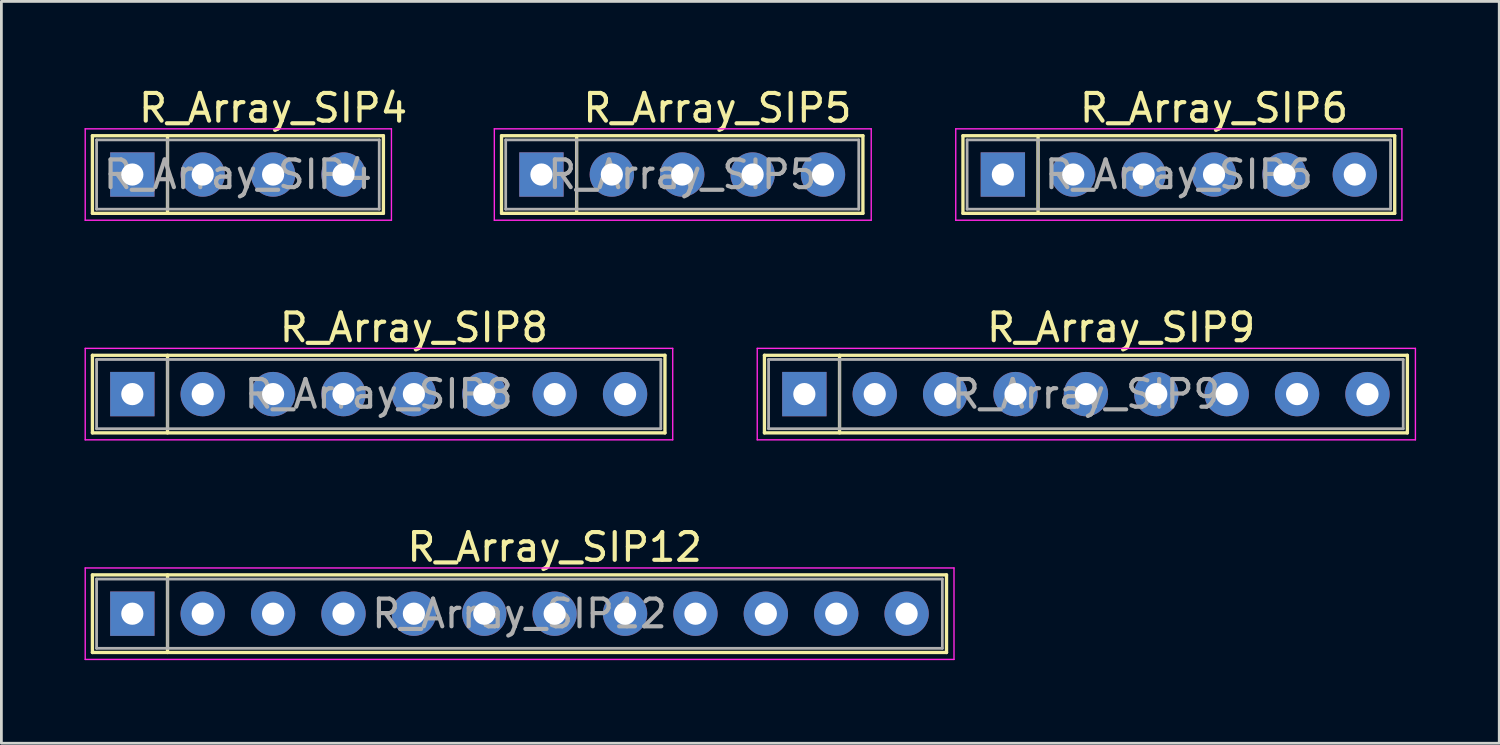
<source format=kicad_pcb>
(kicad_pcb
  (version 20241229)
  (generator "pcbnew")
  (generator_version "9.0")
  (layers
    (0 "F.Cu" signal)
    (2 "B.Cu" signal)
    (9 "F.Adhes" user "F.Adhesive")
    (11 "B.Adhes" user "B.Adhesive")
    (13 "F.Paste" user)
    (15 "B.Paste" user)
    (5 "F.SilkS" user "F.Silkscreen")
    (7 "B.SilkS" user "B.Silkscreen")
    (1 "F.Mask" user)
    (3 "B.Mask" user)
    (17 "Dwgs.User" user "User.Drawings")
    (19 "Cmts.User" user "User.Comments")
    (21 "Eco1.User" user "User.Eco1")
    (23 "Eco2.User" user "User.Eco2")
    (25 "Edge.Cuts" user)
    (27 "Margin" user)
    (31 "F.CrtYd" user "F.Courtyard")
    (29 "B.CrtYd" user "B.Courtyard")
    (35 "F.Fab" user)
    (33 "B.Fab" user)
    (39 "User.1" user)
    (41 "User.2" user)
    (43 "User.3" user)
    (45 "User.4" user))
  (footprint "R_Array_SIP5"
    (layer "F.Cu")
    (at 16.488 3.248)
    (property "Reference" "R_Array_SIP5" (at 6.35 -2.4 0) (layer "F.SilkS") (effects (font (size 1 1) (thickness 0.15))))
    (attr through_hole)
    (fp_line (start -1.44 -1.4) (end -1.44 1.4) (stroke (width 0.12) (type solid)) (layer "F.SilkS"))
    (fp_line (start -1.44 1.4) (end 11.6 1.4) (stroke (width 0.12) (type solid)) (layer "F.SilkS"))
    (fp_line (start 1.27 -1.4) (end 1.27 1.4) (stroke (width 0.12) (type solid)) (layer "F.SilkS"))
    (fp_line (start 11.6 -1.4) (end -1.44 -1.4) (stroke (width 0.12) (type solid)) (layer "F.SilkS"))
    (fp_line (start 11.6 1.4) (end 11.6 -1.4) (stroke (width 0.12) (type solid)) (layer "F.SilkS"))
    (fp_line (start -1.7 -1.65) (end -1.7 1.65) (stroke (width 0.05) (type solid)) (layer "F.CrtYd"))
    (fp_line (start -1.7 1.65) (end 11.9 1.65) (stroke (width 0.05) (type solid)) (layer "F.CrtYd"))
    (fp_line (start 11.9 -1.65) (end -1.7 -1.65) (stroke (width 0.05) (type solid)) (layer "F.CrtYd"))
    (fp_line (start 11.9 1.65) (end 11.9 -1.65) (stroke (width 0.05) (type solid)) (layer "F.CrtYd"))
    (fp_line (start -1.29 -1.25) (end -1.29 1.25) (stroke (width 0.1) (type solid)) (layer "F.Fab"))
    (fp_line (start -1.29 1.25) (end 11.45 1.25) (stroke (width 0.1) (type solid)) (layer "F.Fab"))
    (fp_line (start 1.27 -1.25) (end 1.27 1.25) (stroke (width 0.1) (type solid)) (layer "F.Fab"))
    (fp_line (start 11.45 -1.25) (end -1.29 -1.25) (stroke (width 0.1) (type solid)) (layer "F.Fab"))
    (fp_line (start 11.45 1.25) (end 11.45 -1.25) (stroke (width 0.1) (type solid)) (layer "F.Fab"))
    (fp_text user "${REFERENCE}" (at 5.08 0 0) (layer "F.Fab") (effects (font (size 1 1) (thickness 0.15))))
    (pad "1" thru_hole rect (at 0 0) (size 1.6 1.6) (drill 0.8) (layers "*.Cu" "*.Mask"))
    (pad "2" thru_hole oval (at 2.54 0) (size 1.6 1.6) (drill 0.8) (layers "*.Cu" "*.Mask"))
    (pad "3" thru_hole oval (at 5.08 0) (size 1.6 1.6) (drill 0.8) (layers "*.Cu" "*.Mask"))
    (pad "4" thru_hole oval (at 7.62 0) (size 1.6 1.6) (drill 0.8) (layers "*.Cu" "*.Mask"))
    (pad "5" thru_hole oval (at 10.16 0) (size 1.6 1.6) (drill 0.8) (layers "*.Cu" "*.Mask")))
  (footprint "R_Array_SIP4"
    (layer "F.Cu")
    (at 1.725 3.248)
    (property "Reference" "R_Array_SIP4" (at 5.08 -2.4 0) (layer "F.SilkS") (effects (font (size 1 1) (thickness 0.15))))
    (attr through_hole)
    (fp_line (start -1.44 -1.4) (end -1.44 1.4) (stroke (width 0.12) (type solid)) (layer "F.SilkS"))
    (fp_line (start -1.44 1.4) (end 9.06 1.4) (stroke (width 0.12) (type solid)) (layer "F.SilkS"))
    (fp_line (start 1.27 -1.4) (end 1.27 1.4) (stroke (width 0.12) (type solid)) (layer "F.SilkS"))
    (fp_line (start 9.06 -1.4) (end -1.44 -1.4) (stroke (width 0.12) (type solid)) (layer "F.SilkS"))
    (fp_line (start 9.06 1.4) (end 9.06 -1.4) (stroke (width 0.12) (type solid)) (layer "F.SilkS"))
    (fp_line (start -1.7 -1.65) (end -1.7 1.65) (stroke (width 0.05) (type solid)) (layer "F.CrtYd"))
    (fp_line (start -1.7 1.65) (end 9.35 1.65) (stroke (width 0.05) (type solid)) (layer "F.CrtYd"))
    (fp_line (start 9.35 -1.65) (end -1.7 -1.65) (stroke (width 0.05) (type solid)) (layer "F.CrtYd"))
    (fp_line (start 9.35 1.65) (end 9.35 -1.65) (stroke (width 0.05) (type solid)) (layer "F.CrtYd"))
    (fp_line (start -1.29 -1.25) (end -1.29 1.25) (stroke (width 0.1) (type solid)) (layer "F.Fab"))
    (fp_line (start -1.29 1.25) (end 8.91 1.25) (stroke (width 0.1) (type solid)) (layer "F.Fab"))
    (fp_line (start 1.27 -1.25) (end 1.27 1.25) (stroke (width 0.1) (type solid)) (layer "F.Fab"))
    (fp_line (start 8.91 -1.25) (end -1.29 -1.25) (stroke (width 0.1) (type solid)) (layer "F.Fab"))
    (fp_line (start 8.91 1.25) (end 8.91 -1.25) (stroke (width 0.1) (type solid)) (layer "F.Fab"))
    (fp_text user "${REFERENCE}" (at 3.81 0 0) (layer "F.Fab") (effects (font (size 1 1) (thickness 0.15))))
    (pad "1" thru_hole rect (at 0 0) (size 1.6 1.6) (drill 0.8) (layers "*.Cu" "*.Mask"))
    (pad "2" thru_hole oval (at 2.54 0) (size 1.6 1.6) (drill 0.8) (layers "*.Cu" "*.Mask"))
    (pad "3" thru_hole oval (at 5.08 0) (size 1.6 1.6) (drill 0.8) (layers "*.Cu" "*.Mask"))
    (pad "4" thru_hole oval (at 7.62 0) (size 1.6 1.6) (drill 0.8) (layers "*.Cu" "*.Mask")))
  (footprint "R_Array_SIP12"
    (layer "F.Cu")
    (at 1.725 19.095)
    (property "Reference" "R_Array_SIP12" (at 15.24 -2.4 0) (layer "F.SilkS") (effects (font (size 1 1) (thickness 0.15))))
    (attr through_hole)
    (fp_line (start -1.44 -1.4) (end -1.44 1.4) (stroke (width 0.12) (type solid)) (layer "F.SilkS"))
    (fp_line (start -1.44 1.4) (end 29.38 1.4) (stroke (width 0.12) (type solid)) (layer "F.SilkS"))
    (fp_line (start 1.27 -1.4) (end 1.27 1.4) (stroke (width 0.12) (type solid)) (layer "F.SilkS"))
    (fp_line (start 29.38 -1.4) (end -1.44 -1.4) (stroke (width 0.12) (type solid)) (layer "F.SilkS"))
    (fp_line (start 29.38 1.4) (end 29.38 -1.4) (stroke (width 0.12) (type solid)) (layer "F.SilkS"))
    (fp_line (start -1.7 -1.65) (end -1.7 1.65) (stroke (width 0.05) (type solid)) (layer "F.CrtYd"))
    (fp_line (start -1.7 1.65) (end 29.65 1.65) (stroke (width 0.05) (type solid)) (layer "F.CrtYd"))
    (fp_line (start 29.65 -1.65) (end -1.7 -1.65) (stroke (width 0.05) (type solid)) (layer "F.CrtYd"))
    (fp_line (start 29.65 1.65) (end 29.65 -1.65) (stroke (width 0.05) (type solid)) (layer "F.CrtYd"))
    (fp_line (start -1.29 -1.25) (end -1.29 1.25) (stroke (width 0.1) (type solid)) (layer "F.Fab"))
    (fp_line (start -1.29 1.25) (end 29.23 1.25) (stroke (width 0.1) (type solid)) (layer "F.Fab"))
    (fp_line (start 1.27 -1.25) (end 1.27 1.25) (stroke (width 0.1) (type solid)) (layer "F.Fab"))
    (fp_line (start 29.23 -1.25) (end -1.29 -1.25) (stroke (width 0.1) (type solid)) (layer "F.Fab"))
    (fp_line (start 29.23 1.25) (end 29.23 -1.25) (stroke (width 0.1) (type solid)) (layer "F.Fab"))
    (fp_text user "${REFERENCE}" (at 13.97 0 0) (layer "F.Fab") (effects (font (size 1 1) (thickness 0.15))))
    (pad "1" thru_hole rect (at 0 0) (size 1.6 1.6) (drill 0.8) (layers "*.Cu" "*.Mask"))
    (pad "2" thru_hole oval (at 2.54 0) (size 1.6 1.6) (drill 0.8) (layers "*.Cu" "*.Mask"))
    (pad "3" thru_hole oval (at 5.08 0) (size 1.6 1.6) (drill 0.8) (layers "*.Cu" "*.Mask"))
    (pad "4" thru_hole oval (at 7.62 0) (size 1.6 1.6) (drill 0.8) (layers "*.Cu" "*.Mask"))
    (pad "5" thru_hole oval (at 10.16 0) (size 1.6 1.6) (drill 0.8) (layers "*.Cu" "*.Mask"))
    (pad "6" thru_hole oval (at 12.7 0) (size 1.6 1.6) (drill 0.8) (layers "*.Cu" "*.Mask"))
    (pad "7" thru_hole oval (at 15.24 0) (size 1.6 1.6) (drill 0.8) (layers "*.Cu" "*.Mask"))
    (pad "8" thru_hole oval (at 17.78 0) (size 1.6 1.6) (drill 0.8) (layers "*.Cu" "*.Mask"))
    (pad "9" thru_hole oval (at 20.32 0) (size 1.6 1.6) (drill 0.8) (layers "*.Cu" "*.Mask"))
    (pad "10" thru_hole oval (at 22.86 0) (size 1.6 1.6) (drill 0.8) (layers "*.Cu" "*.Mask"))
    (pad "11" thru_hole oval (at 25.4 0) (size 1.6 1.6) (drill 0.8) (layers "*.Cu" "*.Mask"))
    (pad "12" thru_hole oval (at 27.94 0) (size 1.6 1.6) (drill 0.8) (layers "*.Cu" "*.Mask")))
  (footprint "R_Array_SIP8"
    (layer "F.Cu")
    (at 1.725 11.171)
    (property "Reference" "R_Array_SIP8" (at 10.16 -2.4 0) (layer "F.SilkS") (effects (font (size 1 1) (thickness 0.15))))
    (attr through_hole)
    (fp_line (start -1.44 -1.4) (end -1.44 1.4) (stroke (width 0.12) (type solid)) (layer "F.SilkS"))
    (fp_line (start -1.44 1.4) (end 19.22 1.4) (stroke (width 0.12) (type solid)) (layer "F.SilkS"))
    (fp_line (start 1.27 -1.4) (end 1.27 1.4) (stroke (width 0.12) (type solid)) (layer "F.SilkS"))
    (fp_line (start 19.22 -1.4) (end -1.44 -1.4) (stroke (width 0.12) (type solid)) (layer "F.SilkS"))
    (fp_line (start 19.22 1.4) (end 19.22 -1.4) (stroke (width 0.12) (type solid)) (layer "F.SilkS"))
    (fp_line (start -1.7 -1.65) (end -1.7 1.65) (stroke (width 0.05) (type solid)) (layer "F.CrtYd"))
    (fp_line (start -1.7 1.65) (end 19.5 1.65) (stroke (width 0.05) (type solid)) (layer "F.CrtYd"))
    (fp_line (start 19.5 -1.65) (end -1.7 -1.65) (stroke (width 0.05) (type solid)) (layer "F.CrtYd"))
    (fp_line (start 19.5 1.65) (end 19.5 -1.65) (stroke (width 0.05) (type solid)) (layer "F.CrtYd"))
    (fp_line (start -1.29 -1.25) (end -1.29 1.25) (stroke (width 0.1) (type solid)) (layer "F.Fab"))
    (fp_line (start -1.29 1.25) (end 19.07 1.25) (stroke (width 0.1) (type solid)) (layer "F.Fab"))
    (fp_line (start 1.27 -1.25) (end 1.27 1.25) (stroke (width 0.1) (type solid)) (layer "F.Fab"))
    (fp_line (start 19.07 -1.25) (end -1.29 -1.25) (stroke (width 0.1) (type solid)) (layer "F.Fab"))
    (fp_line (start 19.07 1.25) (end 19.07 -1.25) (stroke (width 0.1) (type solid)) (layer "F.Fab"))
    (fp_text user "${REFERENCE}" (at 8.89 0 0) (layer "F.Fab") (effects (font (size 1 1) (thickness 0.15))))
    (pad "1" thru_hole rect (at 0 0) (size 1.6 1.6) (drill 0.8) (layers "*.Cu" "*.Mask"))
    (pad "2" thru_hole oval (at 2.54 0) (size 1.6 1.6) (drill 0.8) (layers "*.Cu" "*.Mask"))
    (pad "3" thru_hole oval (at 5.08 0) (size 1.6 1.6) (drill 0.8) (layers "*.Cu" "*.Mask"))
    (pad "4" thru_hole oval (at 7.62 0) (size 1.6 1.6) (drill 0.8) (layers "*.Cu" "*.Mask"))
    (pad "5" thru_hole oval (at 10.16 0) (size 1.6 1.6) (drill 0.8) (layers "*.Cu" "*.Mask"))
    (pad "6" thru_hole oval (at 12.7 0) (size 1.6 1.6) (drill 0.8) (layers "*.Cu" "*.Mask"))
    (pad "7" thru_hole oval (at 15.24 0) (size 1.6 1.6) (drill 0.8) (layers "*.Cu" "*.Mask"))
    (pad "8" thru_hole oval (at 17.78 0) (size 1.6 1.6) (drill 0.8) (layers "*.Cu" "*.Mask")))
  (footprint "R_Array_SIP9"
    (layer "F.Cu")
    (at 25.975 11.171)
    (property "Reference" "R_Array_SIP9" (at 11.43 -2.4 0) (layer "F.SilkS") (effects (font (size 1 1) (thickness 0.15))))
    (attr through_hole)
    (fp_line (start -1.44 -1.4) (end -1.44 1.4) (stroke (width 0.12) (type solid)) (layer "F.SilkS"))
    (fp_line (start -1.44 1.4) (end 21.76 1.4) (stroke (width 0.12) (type solid)) (layer "F.SilkS"))
    (fp_line (start 1.27 -1.4) (end 1.27 1.4) (stroke (width 0.12) (type solid)) (layer "F.SilkS"))
    (fp_line (start 21.76 -1.4) (end -1.44 -1.4) (stroke (width 0.12) (type solid)) (layer "F.SilkS"))
    (fp_line (start 21.76 1.4) (end 21.76 -1.4) (stroke (width 0.12) (type solid)) (layer "F.SilkS"))
    (fp_line (start -1.7 -1.65) (end -1.7 1.65) (stroke (width 0.05) (type solid)) (layer "F.CrtYd"))
    (fp_line (start -1.7 1.65) (end 22.05 1.65) (stroke (width 0.05) (type solid)) (layer "F.CrtYd"))
    (fp_line (start 22.05 -1.65) (end -1.7 -1.65) (stroke (width 0.05) (type solid)) (layer "F.CrtYd"))
    (fp_line (start 22.05 1.65) (end 22.05 -1.65) (stroke (width 0.05) (type solid)) (layer "F.CrtYd"))
    (fp_line (start -1.29 -1.25) (end -1.29 1.25) (stroke (width 0.1) (type solid)) (layer "F.Fab"))
    (fp_line (start -1.29 1.25) (end 21.61 1.25) (stroke (width 0.1) (type solid)) (layer "F.Fab"))
    (fp_line (start 1.27 -1.25) (end 1.27 1.25) (stroke (width 0.1) (type solid)) (layer "F.Fab"))
    (fp_line (start 21.61 -1.25) (end -1.29 -1.25) (stroke (width 0.1) (type solid)) (layer "F.Fab"))
    (fp_line (start 21.61 1.25) (end 21.61 -1.25) (stroke (width 0.1) (type solid)) (layer "F.Fab"))
    (fp_text user "${REFERENCE}" (at 10.16 0 0) (layer "F.Fab") (effects (font (size 1 1) (thickness 0.15))))
    (pad "1" thru_hole rect (at 0 0) (size 1.6 1.6) (drill 0.8) (layers "*.Cu" "*.Mask"))
    (pad "2" thru_hole oval (at 2.54 0) (size 1.6 1.6) (drill 0.8) (layers "*.Cu" "*.Mask"))
    (pad "3" thru_hole oval (at 5.08 0) (size 1.6 1.6) (drill 0.8) (layers "*.Cu" "*.Mask"))
    (pad "4" thru_hole oval (at 7.62 0) (size 1.6 1.6) (drill 0.8) (layers "*.Cu" "*.Mask"))
    (pad "5" thru_hole oval (at 10.16 0) (size 1.6 1.6) (drill 0.8) (layers "*.Cu" "*.Mask"))
    (pad "6" thru_hole oval (at 12.7 0) (size 1.6 1.6) (drill 0.8) (layers "*.Cu" "*.Mask"))
    (pad "7" thru_hole oval (at 15.24 0) (size 1.6 1.6) (drill 0.8) (layers "*.Cu" "*.Mask"))
    (pad "8" thru_hole oval (at 17.78 0) (size 1.6 1.6) (drill 0.8) (layers "*.Cu" "*.Mask"))
    (pad "9" thru_hole oval (at 20.32 0) (size 1.6 1.6) (drill 0.8) (layers "*.Cu" "*.Mask")))
  (footprint "R_Array_SIP6"
    (layer "F.Cu")
    (at 33.138 3.248)
    (property "Reference" "R_Array_SIP6" (at 7.62 -2.4 0) (layer "F.SilkS") (effects (font (size 1 1) (thickness 0.15))))
    (attr through_hole)
    (fp_line (start -1.44 -1.4) (end -1.44 1.4) (stroke (width 0.12) (type solid)) (layer "F.SilkS"))
    (fp_line (start -1.44 1.4) (end 14.14 1.4) (stroke (width 0.12) (type solid)) (layer "F.SilkS"))
    (fp_line (start 1.27 -1.4) (end 1.27 1.4) (stroke (width 0.12) (type solid)) (layer "F.SilkS"))
    (fp_line (start 14.14 -1.4) (end -1.44 -1.4) (stroke (width 0.12) (type solid)) (layer "F.SilkS"))
    (fp_line (start 14.14 1.4) (end 14.14 -1.4) (stroke (width 0.12) (type solid)) (layer "F.SilkS"))
    (fp_line (start -1.7 -1.65) (end -1.7 1.65) (stroke (width 0.05) (type solid)) (layer "F.CrtYd"))
    (fp_line (start -1.7 1.65) (end 14.4 1.65) (stroke (width 0.05) (type solid)) (layer "F.CrtYd"))
    (fp_line (start 14.4 -1.65) (end -1.7 -1.65) (stroke (width 0.05) (type solid)) (layer "F.CrtYd"))
    (fp_line (start 14.4 1.65) (end 14.4 -1.65) (stroke (width 0.05) (type solid)) (layer "F.CrtYd"))
    (fp_line (start -1.29 -1.25) (end -1.29 1.25) (stroke (width 0.1) (type solid)) (layer "F.Fab"))
    (fp_line (start -1.29 1.25) (end 13.99 1.25) (stroke (width 0.1) (type solid)) (layer "F.Fab"))
    (fp_line (start 1.27 -1.25) (end 1.27 1.25) (stroke (width 0.1) (type solid)) (layer "F.Fab"))
    (fp_line (start 13.99 -1.25) (end -1.29 -1.25) (stroke (width 0.1) (type solid)) (layer "F.Fab"))
    (fp_line (start 13.99 1.25) (end 13.99 -1.25) (stroke (width 0.1) (type solid)) (layer "F.Fab"))
    (fp_text user "${REFERENCE}" (at 6.35 0 0) (layer "F.Fab") (effects (font (size 1 1) (thickness 0.15))))
    (pad "1" thru_hole rect (at 0 0) (size 1.6 1.6) (drill 0.8) (layers "*.Cu" "*.Mask"))
    (pad "2" thru_hole oval (at 2.54 0) (size 1.6 1.6) (drill 0.8) (layers "*.Cu" "*.Mask"))
    (pad "3" thru_hole oval (at 5.08 0) (size 1.6 1.6) (drill 0.8) (layers "*.Cu" "*.Mask"))
    (pad "4" thru_hole oval (at 7.62 0) (size 1.6 1.6) (drill 0.8) (layers "*.Cu" "*.Mask"))
    (pad "5" thru_hole oval (at 10.16 0) (size 1.6 1.6) (drill 0.8) (layers "*.Cu" "*.Mask"))
    (pad "6" thru_hole oval (at 12.7 0) (size 1.6 1.6) (drill 0.8) (layers "*.Cu" "*.Mask")))
  (gr_rect
    (start -3 -3)
    (end 51.05 23.77)
    (stroke (width 0.1) (type default))
    (fill no)
    (layer "Edge.Cuts")))
</source>
